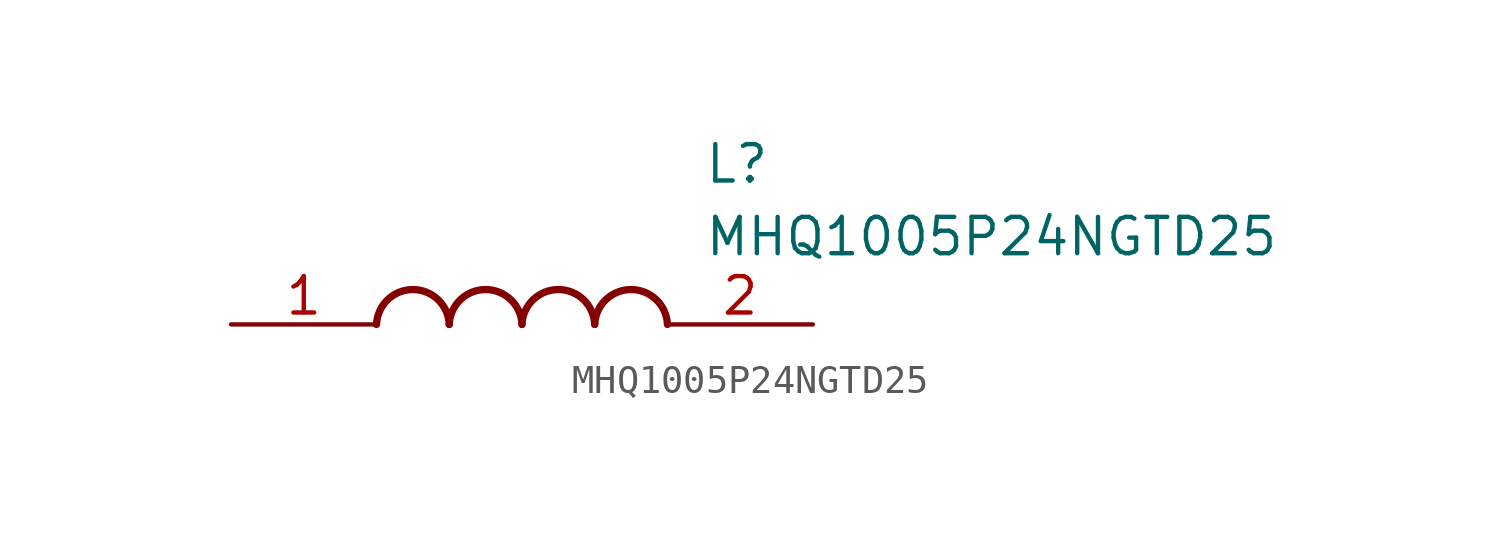
<source format=kicad_sym>
(kicad_symbol_lib
  (version 20211014)
  (generator SamacSys_ECAD_Model)
  (symbol "MHQ1005P24NGTD25"
    (pin_names hide)
    (property "Reference" "L"
      (at 16.51 6.35 0)
      (effects (font (size 1.27 1.27)) (justify left top)))
    (property "Value" "MHQ1005P24NGTD25"
      (at 16.51 3.81 0)
      (effects (font (size 1.27 1.27)) (justify left top)))
    (arc
      (start 7.62 0)
      (mid 6.35 1.219)
      (end 5.08 0)
      (stroke (width 0.254) (type default))
      (fill (type none)))
    (arc
      (start 10.16 0)
      (mid 8.89 1.219)
      (end 7.62 0)
      (stroke (width 0.254) (type default))
      (fill (type none)))
    (arc
      (start 12.7 0)
      (mid 11.43 1.219)
      (end 10.16 0)
      (stroke (width 0.254) (type default))
      (fill (type none)))
    (arc
      (start 15.24 0)
      (mid 13.97 1.219)
      (end 12.7 0)
      (stroke (width 0.254) (type default))
      (fill (type none)))
    (pin passive line
      (at 0 0 0)
      (length 5.08)
      (name "1" (effects (font (size 1.27 1.27))))
      (number "1" (effects (font (size 1.27 1.27)))))
    (pin passive line
      (at 20.32 0 180)
      (length 5.08)
      (name "2" (effects (font (size 1.27 1.27))))
      (number "2" (effects (font (size 1.27 1.27)))))))
</source>
